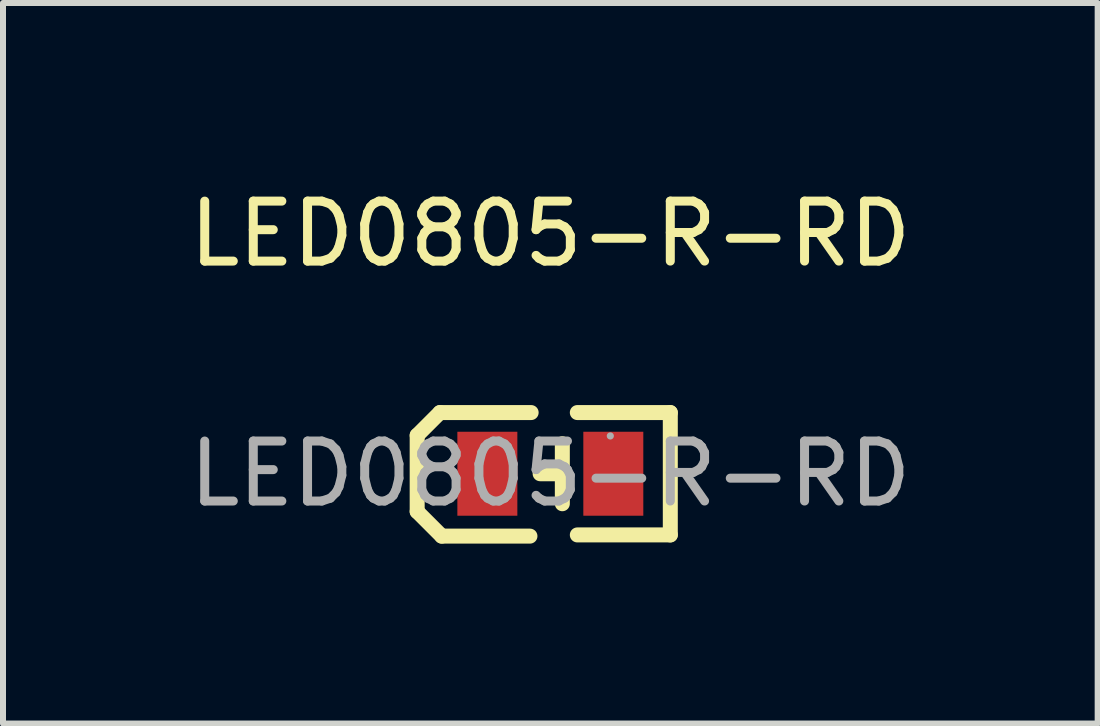
<source format=kicad_pcb>
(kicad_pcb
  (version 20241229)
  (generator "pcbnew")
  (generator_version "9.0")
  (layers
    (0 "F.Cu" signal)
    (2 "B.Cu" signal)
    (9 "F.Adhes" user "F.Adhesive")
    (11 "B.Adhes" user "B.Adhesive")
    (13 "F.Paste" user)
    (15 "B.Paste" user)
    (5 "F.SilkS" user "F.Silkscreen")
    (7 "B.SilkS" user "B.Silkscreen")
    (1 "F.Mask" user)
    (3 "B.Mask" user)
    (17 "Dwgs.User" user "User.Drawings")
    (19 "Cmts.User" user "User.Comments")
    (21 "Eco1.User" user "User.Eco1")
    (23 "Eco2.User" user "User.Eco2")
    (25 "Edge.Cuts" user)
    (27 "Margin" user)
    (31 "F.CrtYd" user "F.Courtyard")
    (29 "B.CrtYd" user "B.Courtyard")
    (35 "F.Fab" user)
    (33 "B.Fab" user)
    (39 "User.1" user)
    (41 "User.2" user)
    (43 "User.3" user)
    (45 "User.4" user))
  (footprint "LED0805-R-RD"
    (layer "F.Cu")
    (at 6.125 4.848)
    (property "Reference" "LED0805-R-RD" (at 0 -4 0) (layer "F.SilkS") (effects (font (size 1 1) (thickness 0.15))))
    (attr through_hole)
    (fp_line (start -2.22 -0.64) (end -1.84 -1.02) (stroke (width 0.25) (type solid)) (layer "F.SilkS"))
    (fp_line (start -2.22 0.63) (end -2.22 -0.64) (stroke (width 0.25) (type solid)) (layer "F.SilkS"))
    (fp_line (start -1.84 -1.02) (end -0.32 -1.02) (stroke (width 0.25) (type solid)) (layer "F.SilkS"))
    (fp_line (start -1.81 1.04) (end -2.22 0.63) (stroke (width 0.25) (type solid)) (layer "F.SilkS"))
    (fp_line (start -0.34 1.04) (end -1.81 1.04) (stroke (width 0.25) (type solid)) (layer "F.SilkS"))
    (fp_line (start 0.1 0) (end -0.17 0) (stroke (width 0.25) (type solid)) (layer "F.SilkS"))
    (fp_line (start 0.2 -0.5) (end 0.2 0.5) (stroke (width 0.25) (type solid)) (layer "F.SilkS"))
    (fp_line (start 0.45 1.02) (end 2 1.02) (stroke (width 0.25) (type solid)) (layer "F.SilkS"))
    (fp_line (start 2 -1.02) (end 0.45 -1.02) (stroke (width 0.25) (type solid)) (layer "F.SilkS"))
    (fp_line (start 2 1.02) (end 2 -1.02) (stroke (width 0.25) (type solid)) (layer "F.SilkS"))
    (fp_circle (center 1 -0.63) (end 1.03 -0.63) (stroke (width 0.06) (type solid)) (fill no) (layer "F.Fab"))
    (fp_text user "${REFERENCE}" (at 0 0 0) (layer "F.Fab") (effects (font (size 1 1) (thickness 0.15))))
    (pad "1" smd rect (at 1.05 0 180) (size 1 1.4) (layers "F.Cu" "F.Mask" "F.Paste"))
    (pad "2" smd rect (at -1.05 0 180) (size 1 1.4) (layers "F.Cu" "F.Mask" "F.Paste")))
  (gr_rect
    (start -3 -3)
    (end 15.25 9.013)
    (stroke (width 0.1) (type default))
    (fill no)
    (layer "Edge.Cuts")))
</source>
